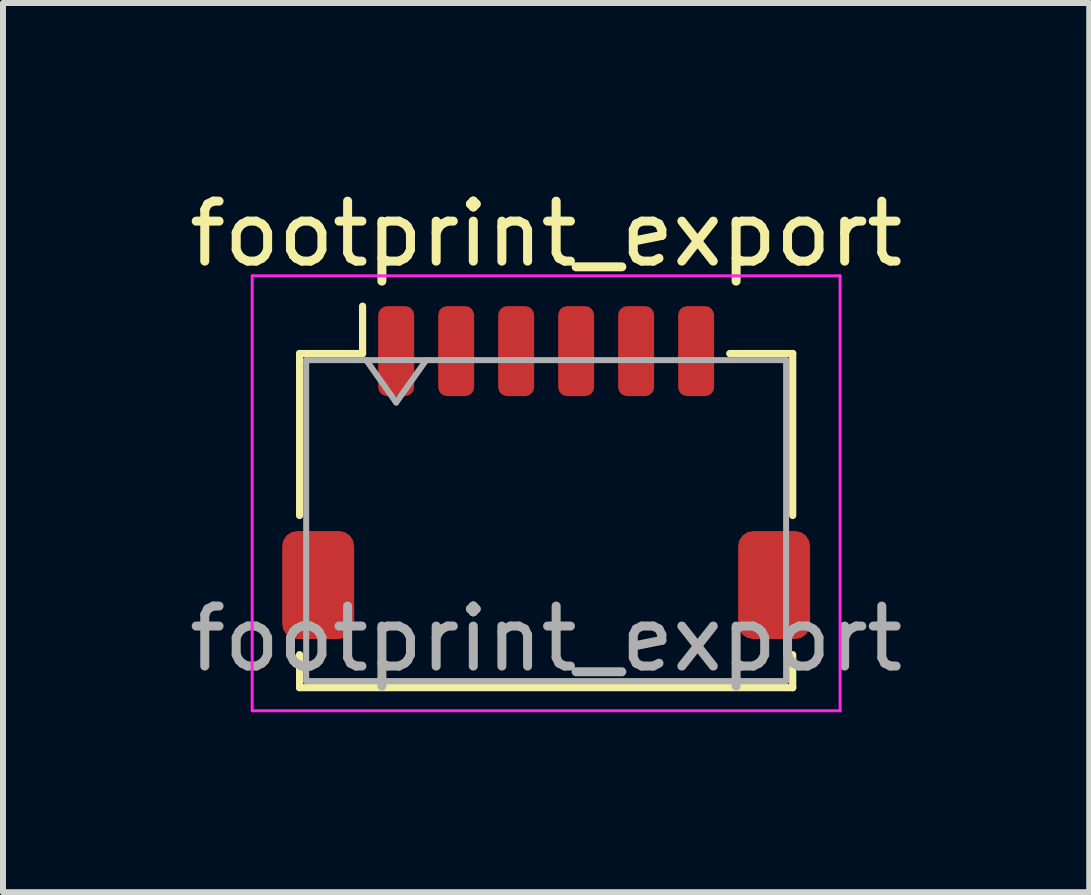
<source format=kicad_pcb>
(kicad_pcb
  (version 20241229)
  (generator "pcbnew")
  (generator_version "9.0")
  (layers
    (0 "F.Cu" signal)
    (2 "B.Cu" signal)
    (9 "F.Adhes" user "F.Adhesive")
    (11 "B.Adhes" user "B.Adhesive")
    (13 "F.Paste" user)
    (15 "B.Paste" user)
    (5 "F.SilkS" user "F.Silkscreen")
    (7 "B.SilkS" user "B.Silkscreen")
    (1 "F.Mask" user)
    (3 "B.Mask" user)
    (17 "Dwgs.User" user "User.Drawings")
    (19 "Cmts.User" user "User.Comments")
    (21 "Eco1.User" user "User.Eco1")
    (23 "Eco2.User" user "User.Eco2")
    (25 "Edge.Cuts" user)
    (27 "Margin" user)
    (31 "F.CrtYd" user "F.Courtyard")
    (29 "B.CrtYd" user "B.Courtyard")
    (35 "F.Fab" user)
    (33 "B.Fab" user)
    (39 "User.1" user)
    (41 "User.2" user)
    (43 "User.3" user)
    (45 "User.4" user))
  (footprint "footprint_export"
    (layer "F.Cu")
    (at 6.054 4.828)
    (property "Reference" "footprint_export" (at 0 -3.98 0) (layer "F.SilkS") (effects (font (size 1 1) (thickness 0.15))))
    (attr smd)
    (fp_line (start -4.11 -1.985) (end -3.06 -1.985) (stroke (width 0.12) (type solid)) (layer "F.SilkS"))
    (fp_line (start -4.11 0.715) (end -4.11 -1.985) (stroke (width 0.12) (type solid)) (layer "F.SilkS"))
    (fp_line (start -4.11 3.035) (end -4.11 3.585) (stroke (width 0.12) (type solid)) (layer "F.SilkS"))
    (fp_line (start -4.11 3.585) (end 4.11 3.585) (stroke (width 0.12) (type solid)) (layer "F.SilkS"))
    (fp_line (start -3.06 -1.985) (end -3.06 -2.775) (stroke (width 0.12) (type solid)) (layer "F.SilkS"))
    (fp_line (start 4.11 -1.985) (end 3.06 -1.985) (stroke (width 0.12) (type solid)) (layer "F.SilkS"))
    (fp_line (start 4.11 0.715) (end 4.11 -1.985) (stroke (width 0.12) (type solid)) (layer "F.SilkS"))
    (fp_line (start 4.11 3.585) (end 4.11 3.035) (stroke (width 0.12) (type solid)) (layer "F.SilkS"))
    (fp_line (start -4.9 -3.28) (end -4.9 3.97) (stroke (width 0.05) (type solid)) (layer "F.CrtYd"))
    (fp_line (start -4.9 3.97) (end 4.9 3.97) (stroke (width 0.05) (type solid)) (layer "F.CrtYd"))
    (fp_line (start 4.9 -3.28) (end -4.9 -3.28) (stroke (width 0.05) (type solid)) (layer "F.CrtYd"))
    (fp_line (start 4.9 3.97) (end 4.9 -3.28) (stroke (width 0.05) (type solid)) (layer "F.CrtYd"))
    (fp_line (start -4 -1.875) (end -4 3.475) (stroke (width 0.1) (type solid)) (layer "F.Fab"))
    (fp_line (start -4 -1.875) (end 4 -1.875) (stroke (width 0.1) (type solid)) (layer "F.Fab"))
    (fp_line (start -4 3.475) (end 4 3.475) (stroke (width 0.1) (type solid)) (layer "F.Fab"))
    (fp_line (start -3 -1.875) (end -2.5 -1.168) (stroke (width 0.1) (type solid)) (layer "F.Fab"))
    (fp_line (start -2.5 -1.168) (end -2 -1.875) (stroke (width 0.1) (type solid)) (layer "F.Fab"))
    (fp_line (start 4 -1.875) (end 4 3.475) (stroke (width 0.1) (type solid)) (layer "F.Fab"))
    (fp_text user "${REFERENCE}" (at 0 2.77 0) (layer "F.Fab") (effects (font (size 1 1) (thickness 0.15))))
    (pad "1" smd roundrect (at -2.5 -2.025) (size 0.6 1.5) (layers "F.Cu" "F.Mask" "F.Paste") (roundrect_rratio 0.25))
    (pad "2" smd roundrect (at -1.5 -2.025) (size 0.6 1.5) (layers "F.Cu" "F.Mask" "F.Paste") (roundrect_rratio 0.25))
    (pad "3" smd roundrect (at -0.5 -2.025) (size 0.6 1.5) (layers "F.Cu" "F.Mask" "F.Paste") (roundrect_rratio 0.25))
    (pad "4" smd roundrect (at 0.5 -2.025) (size 0.6 1.5) (layers "F.Cu" "F.Mask" "F.Paste") (roundrect_rratio 0.25))
    (pad "5" smd roundrect (at 1.5 -2.025) (size 0.6 1.5) (layers "F.Cu" "F.Mask" "F.Paste") (roundrect_rratio 0.25))
    (pad "6" smd roundrect (at 2.5 -2.025) (size 0.6 1.5) (layers "F.Cu" "F.Mask" "F.Paste") (roundrect_rratio 0.25))
    (pad "MP" smd roundrect (at -3.8 1.875) (size 1.2 1.8) (layers "F.Cu" "F.Mask" "F.Paste") (roundrect_rratio 0.208))
    (pad "MP" smd roundrect (at 3.8 1.875) (size 1.2 1.8) (layers "F.Cu" "F.Mask" "F.Paste") (roundrect_rratio 0.208)))
  (gr_rect
    (start -3 -3)
    (end 15.107 11.823)
    (stroke (width 0.1) (type default))
    (fill no)
    (layer "Edge.Cuts")))
</source>
